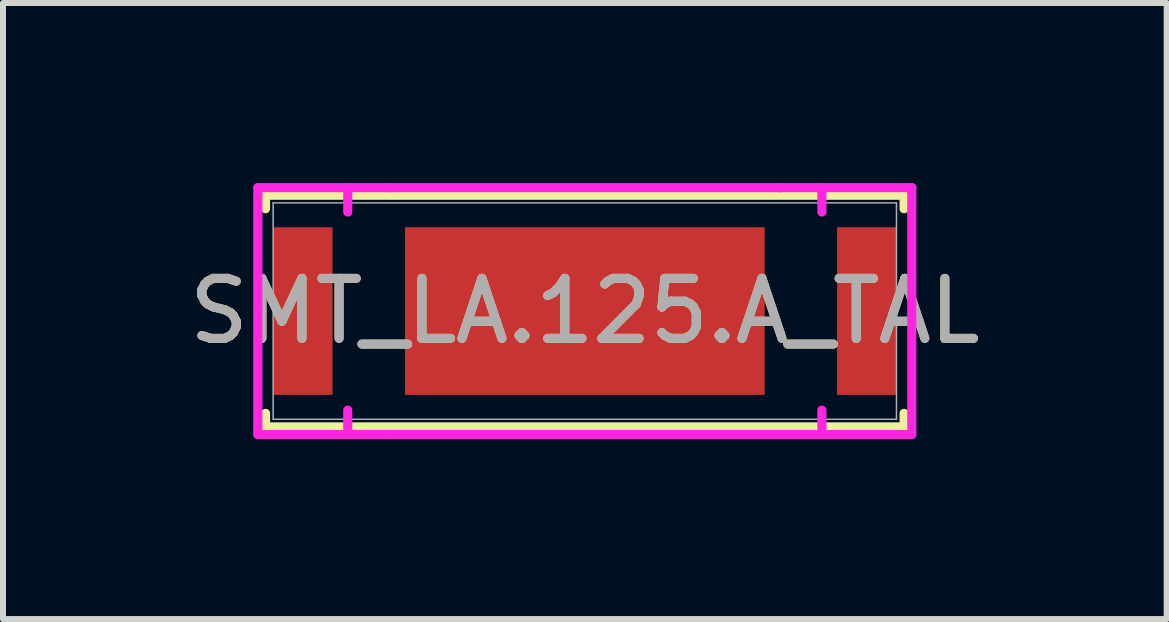
<source format=kicad_pcb>
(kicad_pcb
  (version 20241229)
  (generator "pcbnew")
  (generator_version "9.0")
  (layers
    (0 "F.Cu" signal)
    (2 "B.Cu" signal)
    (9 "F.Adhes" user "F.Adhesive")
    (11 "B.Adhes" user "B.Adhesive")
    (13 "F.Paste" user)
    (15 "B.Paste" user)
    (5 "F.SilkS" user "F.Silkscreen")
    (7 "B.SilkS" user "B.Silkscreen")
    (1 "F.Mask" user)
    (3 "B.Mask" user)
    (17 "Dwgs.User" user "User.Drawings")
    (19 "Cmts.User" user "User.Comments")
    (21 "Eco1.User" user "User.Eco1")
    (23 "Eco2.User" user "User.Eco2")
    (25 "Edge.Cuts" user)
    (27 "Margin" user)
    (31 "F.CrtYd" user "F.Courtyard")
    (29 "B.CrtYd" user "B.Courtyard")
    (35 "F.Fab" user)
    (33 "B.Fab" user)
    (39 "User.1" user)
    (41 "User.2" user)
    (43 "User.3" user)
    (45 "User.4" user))
  (footprint "SMT_LA.125.A_TAL"
    (layer "F.Cu")
    (at 6.696 2.134)
    (property "Reference" "SMT_LA.125.A_TAL" (at 0 0 0) (unlocked yes) (layer "F.SilkS") (effects (font (size 1 1) (thickness 0.15))))
    (attr smd)
    (fp_line (start -5.321 -1.93) (end -5.321 -1.705) (stroke (width 0.152) (type solid)) (layer "F.SilkS"))
    (fp_line (start -5.321 1.705) (end -5.321 1.93) (stroke (width 0.152) (type solid)) (layer "F.SilkS"))
    (fp_line (start -5.321 1.93) (end 5.321 1.93) (stroke (width 0.152) (type solid)) (layer "F.SilkS"))
    (fp_line (start 5.321 -1.93) (end -5.321 -1.93) (stroke (width 0.152) (type solid)) (layer "F.SilkS"))
    (fp_line (start 5.321 -1.705) (end 5.321 -1.93) (stroke (width 0.152) (type solid)) (layer "F.SilkS"))
    (fp_line (start 5.321 1.93) (end 5.321 1.705) (stroke (width 0.152) (type solid)) (layer "F.SilkS"))
    (fp_line (start -5.449 -2.057) (end -3.951 -2.057) (stroke (width 0.152) (type solid)) (layer "F.CrtYd"))
    (fp_line (start -5.449 2.057) (end -5.449 -2.057) (stroke (width 0.152) (type solid)) (layer "F.CrtYd"))
    (fp_line (start -5.449 2.057) (end -3.951 2.057) (stroke (width 0.152) (type solid)) (layer "F.CrtYd"))
    (fp_line (start -3.951 -2.057) (end -3.251 -2.057) (stroke (width 0.152) (type solid)) (layer "F.CrtYd"))
    (fp_line (start -3.951 -1.651) (end -3.951 -2.057) (stroke (width 0.152) (type solid)) (layer "F.CrtYd"))
    (fp_line (start -3.951 1.651) (end -3.951 2.057) (stroke (width 0.152) (type solid)) (layer "F.CrtYd"))
    (fp_line (start -3.951 2.057) (end -3.251 2.057) (stroke (width 0.152) (type solid)) (layer "F.CrtYd"))
    (fp_line (start -3.251 -2.057) (end -3.251 -2.057) (stroke (width 0.152) (type solid)) (layer "F.CrtYd"))
    (fp_line (start -3.251 -2.057) (end 3.251 -2.057) (stroke (width 0.152) (type solid)) (layer "F.CrtYd"))
    (fp_line (start -3.251 2.057) (end -3.251 2.057) (stroke (width 0.152) (type solid)) (layer "F.CrtYd"))
    (fp_line (start -3.251 2.057) (end 3.251 2.057) (stroke (width 0.152) (type solid)) (layer "F.CrtYd"))
    (fp_line (start 3.251 -2.057) (end 3.251 -2.057) (stroke (width 0.152) (type solid)) (layer "F.CrtYd"))
    (fp_line (start 3.251 2.057) (end 3.251 2.057) (stroke (width 0.152) (type solid)) (layer "F.CrtYd"))
    (fp_line (start 3.951 -2.057) (end 3.251 -2.057) (stroke (width 0.152) (type solid)) (layer "F.CrtYd"))
    (fp_line (start 3.951 -1.651) (end 3.951 -2.057) (stroke (width 0.152) (type solid)) (layer "F.CrtYd"))
    (fp_line (start 3.951 1.651) (end 3.951 2.057) (stroke (width 0.152) (type solid)) (layer "F.CrtYd"))
    (fp_line (start 3.951 2.057) (end 3.251 2.057) (stroke (width 0.152) (type solid)) (layer "F.CrtYd"))
    (fp_line (start 5.449 -2.057) (end 3.951 -2.057) (stroke (width 0.152) (type solid)) (layer "F.CrtYd"))
    (fp_line (start 5.449 -2.057) (end 5.449 2.057) (stroke (width 0.152) (type solid)) (layer "F.CrtYd"))
    (fp_line (start 5.449 2.057) (end 3.951 2.057) (stroke (width 0.152) (type solid)) (layer "F.CrtYd"))
    (fp_line (start -5.194 -1.803) (end -5.194 1.803) (stroke (width 0.025) (type solid)) (layer "F.Fab"))
    (fp_line (start -5.194 1.803) (end 5.194 1.803) (stroke (width 0.025) (type solid)) (layer "F.Fab"))
    (fp_line (start 5.194 -1.803) (end -5.194 -1.803) (stroke (width 0.025) (type solid)) (layer "F.Fab"))
    (fp_line (start 5.194 1.803) (end 5.194 -1.803) (stroke (width 0.025) (type solid)) (layer "F.Fab"))
    (fp_circle (center -5.118 0) (end -5.118 0) (stroke (width 0.025) (type solid)) (fill no) (layer "F.Fab"))
    (fp_text user "${REFERENCE}" (at 0 0 0) (unlocked yes) (layer "F.Fab") (effects (font (size 1 1) (thickness 0.15))))
    (pad "1" smd rect (at 0 0) (size 5.994 2.794) (layers "F.Cu" "F.Mask" "F.Paste"))
    (pad "2" smd rect (at -4.7 0) (size 0.991 2.794) (layers "F.Cu" "F.Mask" "F.Paste"))
    (pad "3" smd rect (at 4.7 0) (size 0.991 2.794) (layers "F.Cu" "F.Mask" "F.Paste"))
    (zone (net_name "") (layer "F.Cu") (hatch full 0.508) (connect_pads) (min_thickness 0.254) (filled_areas_thickness no) (keepout (tracks not_allowed) (vias not_allowed) (pads allowed) (copperpour not_allowed) (footprints allowed)) (placement (enabled no)) (fill) (polygon (pts (xy 3.648 0.381) (xy 2.543 0.381) (xy 2.543 3.886) (xy 3.648 3.886))))
    (zone (net_name "") (layer "F.Cu") (hatch full 0.508) (connect_pads) (min_thickness 0.254) (filled_areas_thickness no) (keepout (tracks not_allowed) (vias not_allowed) (pads allowed) (copperpour not_allowed) (footprints allowed)) (placement (enabled no)) (fill) (polygon (pts (xy 10.85 0.381) (xy 9.744 0.381) (xy 9.744 3.886) (xy 10.85 3.886)))))
  (gr_rect
    (start -3 -3)
    (end 16.393 7.267)
    (stroke (width 0.1) (type default))
    (fill no)
    (layer "Edge.Cuts")))
</source>
